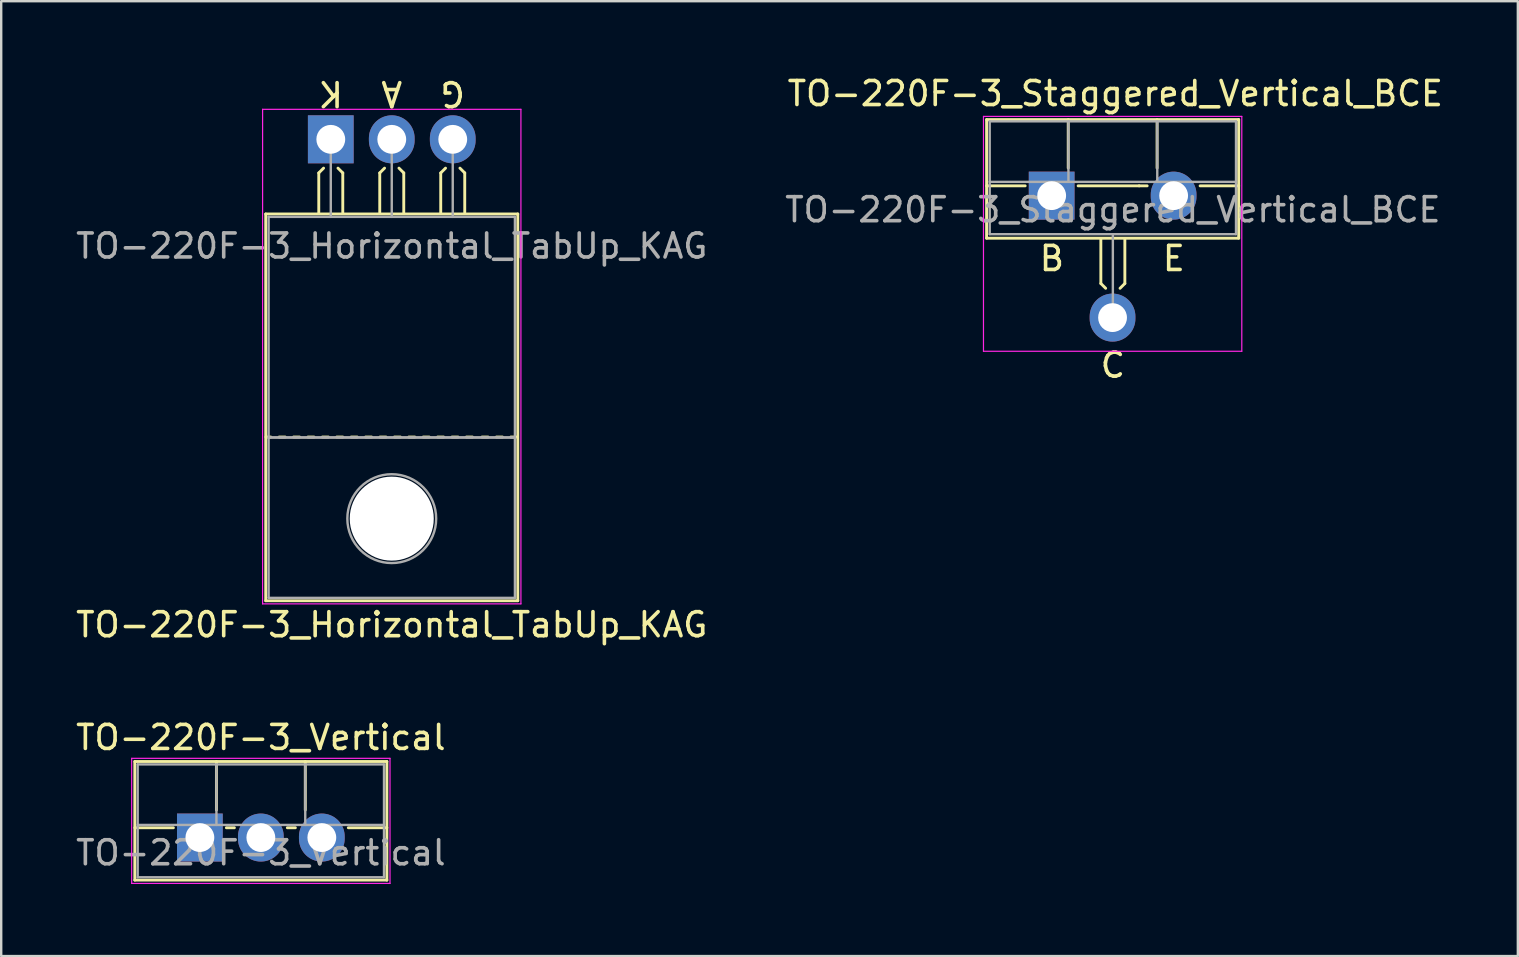
<source format=kicad_pcb>
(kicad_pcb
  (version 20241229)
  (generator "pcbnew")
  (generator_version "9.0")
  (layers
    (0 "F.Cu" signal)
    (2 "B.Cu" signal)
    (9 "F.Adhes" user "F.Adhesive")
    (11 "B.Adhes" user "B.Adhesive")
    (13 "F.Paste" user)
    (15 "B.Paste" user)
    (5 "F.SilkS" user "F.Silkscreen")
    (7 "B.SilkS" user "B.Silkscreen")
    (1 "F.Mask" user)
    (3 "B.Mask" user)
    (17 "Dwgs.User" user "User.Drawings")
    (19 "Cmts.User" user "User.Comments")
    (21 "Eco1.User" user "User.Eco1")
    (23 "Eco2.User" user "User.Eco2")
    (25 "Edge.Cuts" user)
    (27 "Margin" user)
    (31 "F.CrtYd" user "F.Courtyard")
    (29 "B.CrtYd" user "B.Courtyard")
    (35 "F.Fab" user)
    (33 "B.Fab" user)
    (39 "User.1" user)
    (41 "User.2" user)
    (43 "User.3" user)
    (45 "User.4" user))
  (footprint "TO-220F-3_Vertical"
    (layer "F.Cu")
    (at 5.275 31.837)
    (property "Reference" "TO-220F-3_Vertical" (at 2.54 -4.168 0) (layer "F.SilkS") (effects (font (size 1 1) (thickness 0.15))))
    (attr through_hole)
    (fp_line (start -2.71 -3.168) (end -2.71 1.773) (stroke (width 0.12) (type solid)) (layer "F.SilkS"))
    (fp_line (start -2.71 -3.168) (end 7.79 -3.168) (stroke (width 0.12) (type solid)) (layer "F.SilkS"))
    (fp_line (start -2.71 -0.408) (end -1.103 -0.408) (stroke (width 0.12) (type solid)) (layer "F.SilkS"))
    (fp_line (start -2.71 1.773) (end 7.79 1.773) (stroke (width 0.12) (type solid)) (layer "F.SilkS"))
    (fp_line (start 0.69 -3.168) (end 0.69 -1.15) (stroke (width 0.12) (type solid)) (layer "F.SilkS"))
    (fp_line (start 1.103 -0.408) (end 1.438 -0.408) (stroke (width 0.12) (type solid)) (layer "F.SilkS"))
    (fp_line (start 3.643 -0.408) (end 3.978 -0.408) (stroke (width 0.12) (type solid)) (layer "F.SilkS"))
    (fp_line (start 4.391 -3.168) (end 4.391 -1.15) (stroke (width 0.12) (type solid)) (layer "F.SilkS"))
    (fp_line (start 6.183 -0.408) (end 7.79 -0.408) (stroke (width 0.12) (type solid)) (layer "F.SilkS"))
    (fp_line (start 7.79 -3.168) (end 7.79 1.773) (stroke (width 0.12) (type solid)) (layer "F.SilkS"))
    (fp_line (start -2.84 -3.3) (end -2.84 1.91) (stroke (width 0.05) (type solid)) (layer "F.CrtYd"))
    (fp_line (start -2.84 1.91) (end 7.92 1.91) (stroke (width 0.05) (type solid)) (layer "F.CrtYd"))
    (fp_line (start 7.92 -3.3) (end -2.84 -3.3) (stroke (width 0.05) (type solid)) (layer "F.CrtYd"))
    (fp_line (start 7.92 1.91) (end 7.92 -3.3) (stroke (width 0.05) (type solid)) (layer "F.CrtYd"))
    (fp_line (start -2.59 -3.047) (end -2.59 1.653) (stroke (width 0.1) (type solid)) (layer "F.Fab"))
    (fp_line (start -2.59 -0.527) (end 7.67 -0.527) (stroke (width 0.1) (type solid)) (layer "F.Fab"))
    (fp_line (start -2.59 1.653) (end 7.67 1.653) (stroke (width 0.1) (type solid)) (layer "F.Fab"))
    (fp_line (start 0.69 -3.047) (end 0.69 -0.527) (stroke (width 0.1) (type solid)) (layer "F.Fab"))
    (fp_line (start 4.39 -3.047) (end 4.39 -0.527) (stroke (width 0.1) (type solid)) (layer "F.Fab"))
    (fp_line (start 7.67 -3.047) (end -2.59 -3.047) (stroke (width 0.1) (type solid)) (layer "F.Fab"))
    (fp_line (start 7.67 1.653) (end 7.67 -3.047) (stroke (width 0.1) (type solid)) (layer "F.Fab"))
    (fp_text user "${REFERENCE}" (at 2.54 0.635 0) (layer "F.Fab") (effects (font (size 1 1) (thickness 0.15))))
    (pad "1" thru_hole rect (at 0 0) (size 1.905 2) (drill 1.2) (layers "*.Cu" "*.Mask"))
    (pad "2" thru_hole oval (at 2.54 0) (size 1.905 2) (drill 1.2) (layers "*.Cu" "*.Mask"))
    (pad "3" thru_hole oval (at 5.08 0) (size 1.905 2) (drill 1.2) (layers "*.Cu" "*.Mask")))
  (footprint "TO-220F-3_Staggered_Vertical_BCE"
    (layer "F.Cu")
    (at 40.764 5.051)
    (property "Reference" "TO-220F-3_Staggered_Vertical_BCE" (at 2.642 -4.203 0) (layer "F.SilkS") (effects (font (size 1 1) (thickness 0.15))))
    (fp_line (start -2.719 -3.12) (end -2.719 1.821) (stroke (width 0.12) (type solid)) (layer "F.SilkS"))
    (fp_line (start -2.719 -3.12) (end 7.781 -3.12) (stroke (width 0.12) (type solid)) (layer "F.SilkS"))
    (fp_line (start -2.719 -0.36) (end -1.112 -0.36) (stroke (width 0.12) (type solid)) (layer "F.SilkS"))
    (fp_line (start -2.719 1.821) (end 7.781 1.821) (stroke (width 0.12) (type solid)) (layer "F.SilkS"))
    (fp_line (start 0.681 -3.12) (end 0.681 -1.102) (stroke (width 0.12) (type solid)) (layer "F.SilkS"))
    (fp_line (start 1.094 -0.36) (end 3.634 -0.36) (stroke (width 0.12) (type solid)) (layer "F.SilkS"))
    (fp_line (start 2.04 1.841) (end 2.04 3.707) (stroke (width 0.12) (type solid)) (layer "F.SilkS"))
    (fp_line (start 2.04 3.707) (end 2.24 3.907) (stroke (width 0.12) (type solid)) (layer "F.SilkS"))
    (fp_line (start 3.04 1.841) (end 3.04 3.707) (stroke (width 0.12) (type solid)) (layer "F.SilkS"))
    (fp_line (start 3.04 3.707) (end 2.84 3.907) (stroke (width 0.12) (type solid)) (layer "F.SilkS"))
    (fp_line (start 3.634 -0.36) (end 3.969 -0.36) (stroke (width 0.12) (type solid)) (layer "F.SilkS"))
    (fp_line (start 4.382 -3.12) (end 4.382 -1.102) (stroke (width 0.12) (type solid)) (layer "F.SilkS"))
    (fp_line (start 6.174 -0.36) (end 7.781 -0.36) (stroke (width 0.12) (type solid)) (layer "F.SilkS"))
    (fp_line (start 7.781 -3.12) (end 7.781 1.821) (stroke (width 0.12) (type solid)) (layer "F.SilkS"))
    (fp_line (start -2.849 -3.252) (end -2.849 6.53) (stroke (width 0.05) (type solid)) (layer "F.CrtYd"))
    (fp_line (start -2.849 6.53) (end 7.911 6.53) (stroke (width 0.05) (type solid)) (layer "F.CrtYd"))
    (fp_line (start 7.911 -3.252) (end -2.849 -3.252) (stroke (width 0.05) (type solid)) (layer "F.CrtYd"))
    (fp_line (start 7.911 6.53) (end 7.911 -3.252) (stroke (width 0.05) (type solid)) (layer "F.CrtYd"))
    (fp_line (start -2.59 -3.047) (end -2.59 1.653) (stroke (width 0.1) (type solid)) (layer "F.Fab"))
    (fp_line (start -2.59 -0.527) (end 7.67 -0.527) (stroke (width 0.1) (type solid)) (layer "F.Fab"))
    (fp_line (start -2.59 1.653) (end 7.67 1.653) (stroke (width 0.1) (type solid)) (layer "F.Fab"))
    (fp_line (start 0.69 -3.047) (end 0.69 -0.527) (stroke (width 0.1) (type solid)) (layer "F.Fab"))
    (fp_line (start 2.54 5.08) (end 2.54 1.653) (stroke (width 0.1) (type solid)) (layer "F.Fab"))
    (fp_line (start 4.39 -3.047) (end 4.39 -0.527) (stroke (width 0.1) (type solid)) (layer "F.Fab"))
    (fp_line (start 7.67 -3.047) (end -2.59 -3.047) (stroke (width 0.1) (type solid)) (layer "F.Fab"))
    (fp_line (start 7.67 1.653) (end 7.67 -3.047) (stroke (width 0.1) (type solid)) (layer "F.Fab"))
    (fp_text user "E" (at 5.08 2.667 0) (unlocked yes) (layer "F.SilkS") (effects (font (size 1 1) (thickness 0.15))))
    (fp_text user "B" (at 0 2.667 0) (unlocked yes) (layer "F.SilkS") (effects (font (size 1 1) (thickness 0.15))))
    (fp_text user "C" (at 2.54 7.112 0) (unlocked yes) (layer "F.SilkS") (effects (font (size 1 1) (thickness 0.15))))
    (fp_text user "${REFERENCE}" (at 2.54 0.635 0) (layer "F.Fab") (effects (font (size 1 1) (thickness 0.15))))
    (pad "1" thru_hole rect (at -0.009 0.048) (size 1.905 2) (drill 1.2) (layers "*.Cu" "*.Mask"))
    (pad "2" thru_hole oval (at 2.527 5.128) (size 1.905 2) (drill 1.2) (layers "*.Cu" "*.Mask"))
    (pad "3" thru_hole oval (at 5.071 0.048) (size 1.905 2) (drill 1.2) (layers "*.Cu" "*.Mask")))
  (footprint "TO-220F-3_Horizontal_TabUp_KAG"
    (layer "F.Cu")
    (at 10.728 2.753)
    (property "Reference" "TO-220F-3_Horizontal_TabUp_KAG" (at 2.54 20.22 0) (layer "F.SilkS") (effects (font (size 1 1) (thickness 0.15))))
    (fp_line (start -2.71 19.22) (end -2.71 3.11) (stroke (width 0.12) (type solid)) (layer "F.SilkS"))
    (fp_line (start -2.5 12.4) (end -2.7 12.4) (stroke (width 0.12) (type solid)) (layer "F.SilkS"))
    (fp_line (start -1.9 12.4) (end -2.15 12.4) (stroke (width 0.12) (type solid)) (layer "F.SilkS"))
    (fp_line (start -1.3 12.4) (end -1.55 12.4) (stroke (width 0.12) (type solid)) (layer "F.SilkS"))
    (fp_line (start -0.7 12.4) (end -0.95 12.4) (stroke (width 0.12) (type solid)) (layer "F.SilkS"))
    (fp_line (start -0.5 1.4) (end -0.3 1.2) (stroke (width 0.12) (type solid)) (layer "F.SilkS"))
    (fp_line (start -0.5 3.048) (end -0.5 1.4) (stroke (width 0.12) (type solid)) (layer "F.SilkS"))
    (fp_line (start -0.1 12.4) (end -0.35 12.4) (stroke (width 0.12) (type solid)) (layer "F.SilkS"))
    (fp_line (start 0.5 1.4) (end 0.3 1.2) (stroke (width 0.12) (type solid)) (layer "F.SilkS"))
    (fp_line (start 0.5 3.048) (end 0.5 1.4) (stroke (width 0.12) (type solid)) (layer "F.SilkS"))
    (fp_line (start 0.5 12.4) (end 0.25 12.4) (stroke (width 0.12) (type solid)) (layer "F.SilkS"))
    (fp_line (start 1.1 12.4) (end 0.85 12.4) (stroke (width 0.12) (type solid)) (layer "F.SilkS"))
    (fp_line (start 1.7 12.4) (end 1.45 12.4) (stroke (width 0.12) (type solid)) (layer "F.SilkS"))
    (fp_line (start 2.04 1.4) (end 2.24 1.2) (stroke (width 0.12) (type solid)) (layer "F.SilkS"))
    (fp_line (start 2.04 3.048) (end 2.04 1.4) (stroke (width 0.12) (type solid)) (layer "F.SilkS"))
    (fp_line (start 2.3 12.4) (end 2.05 12.4) (stroke (width 0.12) (type solid)) (layer "F.SilkS"))
    (fp_line (start 2.9 12.4) (end 2.65 12.4) (stroke (width 0.12) (type solid)) (layer "F.SilkS"))
    (fp_line (start 3.04 1.4) (end 2.84 1.2) (stroke (width 0.12) (type solid)) (layer "F.SilkS"))
    (fp_line (start 3.04 3.048) (end 3.04 1.4) (stroke (width 0.12) (type solid)) (layer "F.SilkS"))
    (fp_line (start 3.5 12.4) (end 3.25 12.4) (stroke (width 0.12) (type solid)) (layer "F.SilkS"))
    (fp_line (start 4.1 12.4) (end 3.85 12.4) (stroke (width 0.12) (type solid)) (layer "F.SilkS"))
    (fp_line (start 4.58 1.4) (end 4.78 1.2) (stroke (width 0.12) (type solid)) (layer "F.SilkS"))
    (fp_line (start 4.58 3.048) (end 4.58 1.4) (stroke (width 0.12) (type solid)) (layer "F.SilkS"))
    (fp_line (start 4.7 12.4) (end 4.45 12.4) (stroke (width 0.12) (type solid)) (layer "F.SilkS"))
    (fp_line (start 5.3 12.4) (end 5.05 12.4) (stroke (width 0.12) (type solid)) (layer "F.SilkS"))
    (fp_line (start 5.58 1.4) (end 5.38 1.2) (stroke (width 0.12) (type solid)) (layer "F.SilkS"))
    (fp_line (start 5.58 3.048) (end 5.58 1.4) (stroke (width 0.12) (type solid)) (layer "F.SilkS"))
    (fp_line (start 5.9 12.4) (end 5.65 12.4) (stroke (width 0.12) (type solid)) (layer "F.SilkS"))
    (fp_line (start 6.55 12.4) (end 6.3 12.4) (stroke (width 0.12) (type solid)) (layer "F.SilkS"))
    (fp_line (start 7.15 12.4) (end 6.9 12.4) (stroke (width 0.12) (type solid)) (layer "F.SilkS"))
    (fp_line (start 7.75 12.4) (end 7.5 12.4) (stroke (width 0.12) (type solid)) (layer "F.SilkS"))
    (fp_line (start 7.79 3.11) (end -2.71 3.11) (stroke (width 0.12) (type solid)) (layer "F.SilkS"))
    (fp_line (start 7.79 19.22) (end -2.71 19.22) (stroke (width 0.12) (type solid)) (layer "F.SilkS"))
    (fp_line (start 7.79 19.22) (end 7.79 3.11) (stroke (width 0.12) (type solid)) (layer "F.SilkS"))
    (fp_line (start -2.84 -1.25) (end -2.84 19.35) (stroke (width 0.05) (type solid)) (layer "F.CrtYd"))
    (fp_line (start -2.84 19.35) (end 7.92 19.35) (stroke (width 0.05) (type solid)) (layer "F.CrtYd"))
    (fp_line (start 7.92 -1.25) (end -2.84 -1.25) (stroke (width 0.05) (type solid)) (layer "F.CrtYd"))
    (fp_line (start 7.92 19.35) (end 7.92 -1.25) (stroke (width 0.05) (type solid)) (layer "F.CrtYd"))
    (fp_line (start -2.59 3.23) (end -2.59 12.42) (stroke (width 0.1) (type solid)) (layer "F.Fab"))
    (fp_line (start -2.59 12.42) (end -2.59 19.1) (stroke (width 0.1) (type solid)) (layer "F.Fab"))
    (fp_line (start -2.59 12.42) (end 7.67 12.42) (stroke (width 0.1) (type solid)) (layer "F.Fab"))
    (fp_line (start -2.59 19.1) (end 7.67 19.1) (stroke (width 0.1) (type solid)) (layer "F.Fab"))
    (fp_line (start 0 3.23) (end 0 0) (stroke (width 0.1) (type solid)) (layer "F.Fab"))
    (fp_line (start 2.54 3.23) (end 2.54 0) (stroke (width 0.1) (type solid)) (layer "F.Fab"))
    (fp_line (start 5.08 3.23) (end 5.08 0) (stroke (width 0.1) (type solid)) (layer "F.Fab"))
    (fp_line (start 7.67 3.23) (end -2.59 3.23) (stroke (width 0.1) (type solid)) (layer "F.Fab"))
    (fp_line (start 7.67 12.42) (end -2.59 12.42) (stroke (width 0.1) (type solid)) (layer "F.Fab"))
    (fp_line (start 7.67 12.42) (end 7.67 3.23) (stroke (width 0.1) (type solid)) (layer "F.Fab"))
    (fp_line (start 7.67 19.1) (end 7.67 12.42) (stroke (width 0.1) (type solid)) (layer "F.Fab"))
    (fp_circle (center 2.54 15.8) (end 4.39 15.8) (stroke (width 0.1) (type solid)) (fill no) (layer "F.Fab"))
    (fp_text user "K" (at 0 -1.905 180) (unlocked yes) (layer "F.SilkS") (effects (font (size 1 1) (thickness 0.15))))
    (fp_text user "G" (at 5.08 -1.905 180) (unlocked yes) (layer "F.SilkS") (effects (font (size 1 1) (thickness 0.15))))
    (fp_text user "A" (at 2.54 -1.905 180) (unlocked yes) (layer "F.SilkS") (effects (font (size 1 1) (thickness 0.15))))
    (fp_text user "${REFERENCE}" (at 2.54 4.445 0) (layer "F.Fab") (effects (font (size 1 1) (thickness 0.15))))
    (pad "" np_thru_hole oval (at 2.54 15.8) (size 3.5 3.5) (drill 3.5) (layers "*.Cu" "*.Mask"))
    (pad "1" thru_hole rect (at 0 0) (size 1.905 2) (drill 1.2) (layers "*.Cu" "*.Mask"))
    (pad "2" thru_hole oval (at 2.54 0) (size 1.905 2) (drill 1.2) (layers "*.Cu" "*.Mask"))
    (pad "3" thru_hole oval (at 5.08 0) (size 1.905 2) (drill 1.2) (layers "*.Cu" "*.Mask")))
  (gr_rect
    (start -3 -3)
    (end 60.173 36.772)
    (stroke (width 0.1) (type default))
    (fill no)
    (layer "Edge.Cuts")))
</source>
